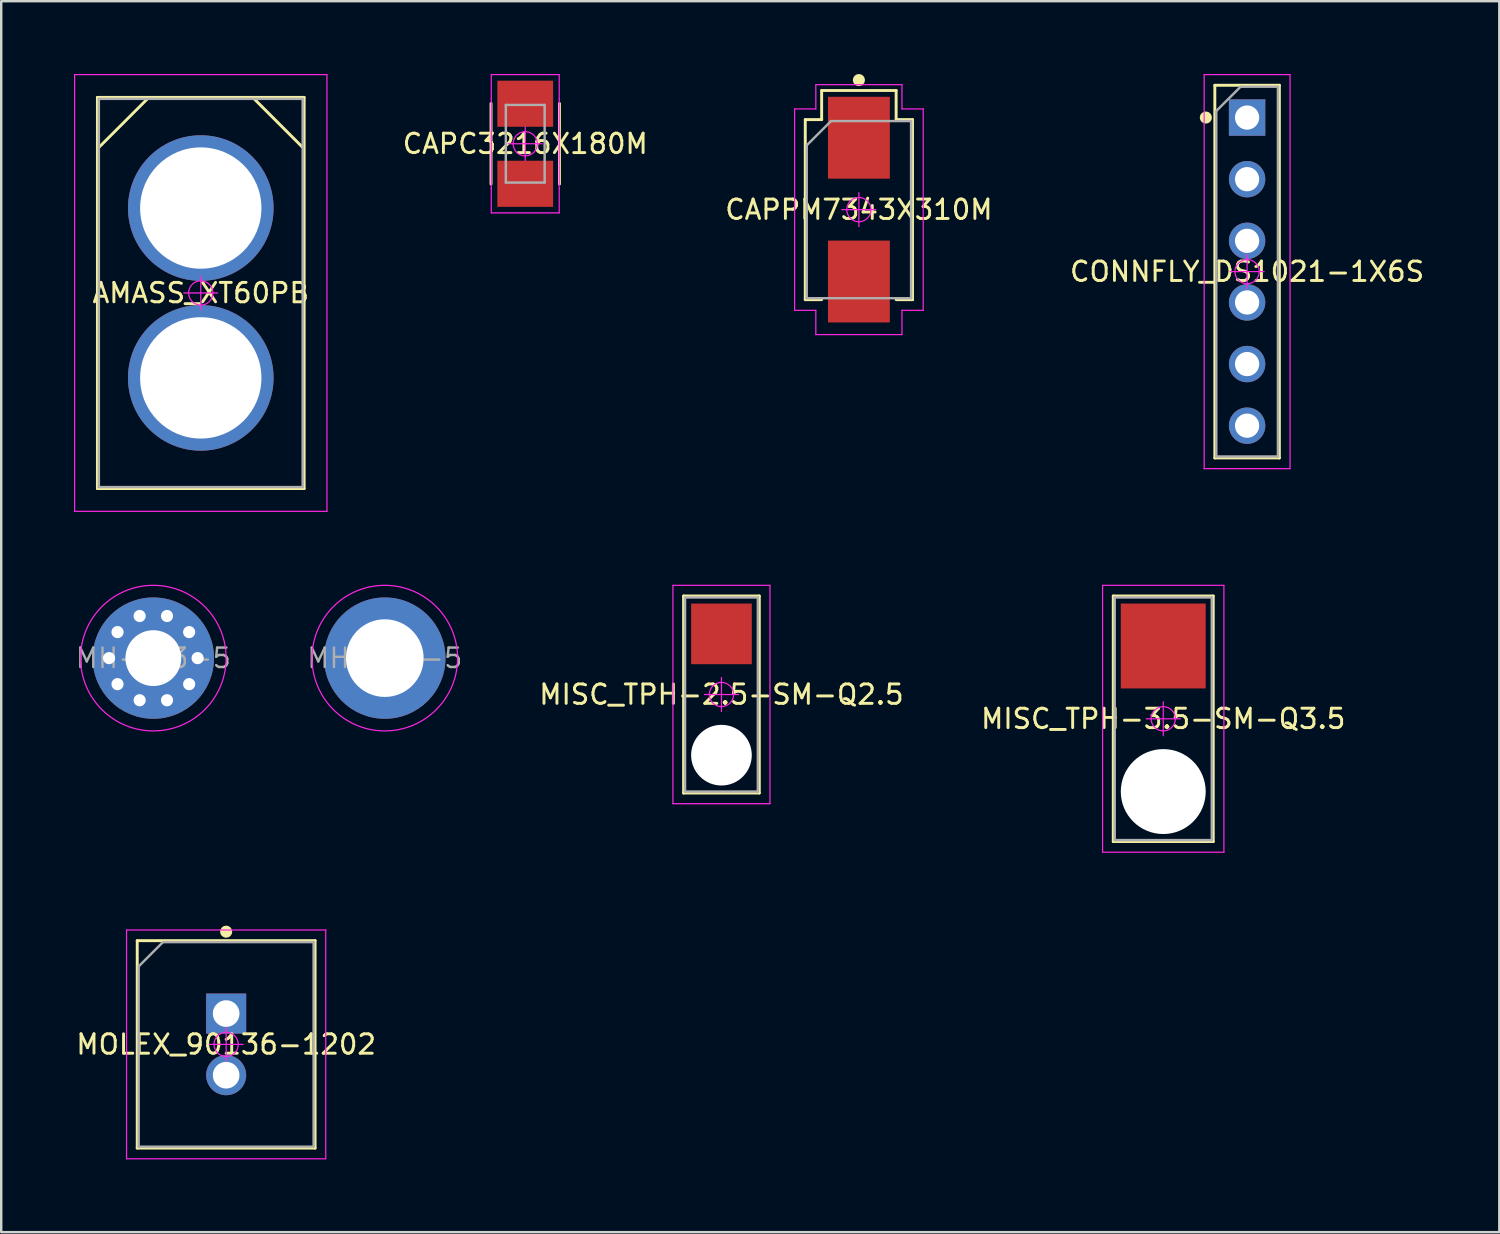
<source format=kicad_pcb>
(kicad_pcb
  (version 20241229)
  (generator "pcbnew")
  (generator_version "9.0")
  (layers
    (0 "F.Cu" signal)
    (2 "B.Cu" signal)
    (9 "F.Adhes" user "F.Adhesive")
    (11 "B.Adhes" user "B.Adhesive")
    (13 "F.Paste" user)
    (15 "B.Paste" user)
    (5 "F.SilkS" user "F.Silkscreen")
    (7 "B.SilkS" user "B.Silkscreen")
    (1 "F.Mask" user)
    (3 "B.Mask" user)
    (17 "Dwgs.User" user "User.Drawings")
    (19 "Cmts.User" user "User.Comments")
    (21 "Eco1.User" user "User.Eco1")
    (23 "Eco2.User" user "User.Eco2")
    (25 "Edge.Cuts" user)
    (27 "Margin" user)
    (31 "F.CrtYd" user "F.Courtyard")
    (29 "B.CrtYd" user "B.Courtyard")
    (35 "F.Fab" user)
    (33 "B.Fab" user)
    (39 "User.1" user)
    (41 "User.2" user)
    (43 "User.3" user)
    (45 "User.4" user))
  (footprint "MH-3.2-5"
    (layer "F.Cu")
    (at 12.81 24.075)
    (property "Reference" "MH-3.2-5" (at 0 0 0) (layer "F.Fab") (effects (font (size 0.8 0.8) (thickness 0.1))))
    (attr through_hole)
    (fp_line (start -0.7 0) (end 0.7 0) (stroke (width 0.05) (type solid)) (layer "F.CrtYd"))
    (fp_line (start 0 -0.7) (end 0 0.7) (stroke (width 0.05) (type solid)) (layer "F.CrtYd"))
    (fp_circle (center 0 0) (end 0 0.5) (stroke (width 0.05) (type solid)) (fill no) (layer "F.CrtYd"))
    (fp_circle (center 0 0) (end 0 3) (stroke (width 0.05) (type solid)) (fill no) (layer "F.CrtYd"))
    (pad "1" thru_hole circle (at 0 0) (size 5 5) (drill 3.2) (layers "*.Cu" "*.Paste" "*.Mask")))
  (footprint "MH-2.3-5"
    (layer "F.Cu")
    (at 3.27 24.075)
    (property "Reference" "MH-2.3-5" (at 0 0 0) (layer "F.Fab") (effects (font (size 0.8 0.8) (thickness 0.1))))
    (attr through_hole)
    (fp_line (start -0.7 0) (end 0.7 0) (stroke (width 0.05) (type solid)) (layer "F.CrtYd"))
    (fp_line (start 0 -0.7) (end 0 0.7) (stroke (width 0.05) (type solid)) (layer "F.CrtYd"))
    (fp_circle (center 0 0) (end 0 0.5) (stroke (width 0.05) (type solid)) (fill no) (layer "F.CrtYd"))
    (fp_circle (center 0 0) (end 0 3) (stroke (width 0.05) (type solid)) (fill no) (layer "F.CrtYd"))
    (pad "1" thru_hole circle (at -1.825 0) (size 0.7 0.7) (drill 0.5) (layers "*.Cu"))
    (pad "1" thru_hole circle (at -1.476 -1.073) (size 0.7 0.7) (drill 0.5) (layers "*.Cu"))
    (pad "1" thru_hole circle (at -1.476 1.073) (size 0.7 0.7) (drill 0.5) (layers "*.Cu"))
    (pad "1" thru_hole circle (at -0.564 -1.736) (size 0.7 0.7) (drill 0.5) (layers "*.Cu"))
    (pad "1" thru_hole circle (at -0.564 1.736) (size 0.7 0.7) (drill 0.5) (layers "*.Cu"))
    (pad "1" thru_hole circle (at 0 0) (size 5 5) (drill 2.3) (layers "*.Cu" "*.Paste" "*.Mask"))
    (pad "1" thru_hole circle (at 0.564 -1.736) (size 0.7 0.7) (drill 0.5) (layers "*.Cu"))
    (pad "1" thru_hole circle (at 0.564 1.736) (size 0.7 0.7) (drill 0.5) (layers "*.Cu"))
    (pad "1" thru_hole circle (at 1.476 -1.073) (size 0.7 0.7) (drill 0.5) (layers "*.Cu"))
    (pad "1" thru_hole circle (at 1.476 1.073) (size 0.7 0.7) (drill 0.5) (layers "*.Cu"))
    (pad "1" thru_hole circle (at 1.825 0) (size 0.7 0.7) (drill 0.5) (layers "*.Cu")))
  (footprint "MOLEX_90136-1202"
    (layer "F.Cu")
    (at 6.271 39.995)
    (property "Reference" "MOLEX_90136-1202" (at 0 0 0) (layer "F.SilkS") (effects (font (size 0.8 0.8) (thickness 0.12))))
    (attr through_hole)
    (fp_line (start -3.665 -4.275) (end 3.665 -4.275) (stroke (width 0.12) (type solid)) (layer "F.SilkS"))
    (fp_line (start -3.665 4.275) (end -3.665 -4.275) (stroke (width 0.12) (type solid)) (layer "F.SilkS"))
    (fp_line (start 3.665 -4.275) (end 3.665 4.275) (stroke (width 0.12) (type solid)) (layer "F.SilkS"))
    (fp_line (start 3.665 4.275) (end -3.665 4.275) (stroke (width 0.12) (type solid)) (layer "F.SilkS"))
    (fp_circle (center 0 -4.645) (end 0 -4.52) (stroke (width 0.25) (type solid)) (fill no) (layer "F.SilkS"))
    (fp_line (start -4.105 -4.715) (end 4.105 -4.715) (stroke (width 0.05) (type solid)) (layer "F.CrtYd"))
    (fp_line (start -4.105 4.715) (end -4.105 -4.715) (stroke (width 0.05) (type solid)) (layer "F.CrtYd"))
    (fp_line (start -0.7 0) (end 0.7 0) (stroke (width 0.05) (type solid)) (layer "F.CrtYd"))
    (fp_line (start 0 -0.7) (end 0 0.7) (stroke (width 0.05) (type solid)) (layer "F.CrtYd"))
    (fp_line (start 4.105 -4.715) (end 4.105 4.715) (stroke (width 0.05) (type solid)) (layer "F.CrtYd"))
    (fp_line (start 4.105 4.715) (end -4.105 4.715) (stroke (width 0.05) (type solid)) (layer "F.CrtYd"))
    (fp_circle (center 0 0) (end 0 0.5) (stroke (width 0.05) (type solid)) (fill no) (layer "F.CrtYd"))
    (fp_line (start -3.605 -3.215) (end -2.605 -4.215) (stroke (width 0.1) (type solid)) (layer "F.Fab"))
    (fp_line (start -3.605 4.215) (end -3.605 -3.215) (stroke (width 0.1) (type solid)) (layer "F.Fab"))
    (fp_line (start -2.605 -4.215) (end 3.605 -4.215) (stroke (width 0.1) (type solid)) (layer "F.Fab"))
    (fp_line (start 3.605 -4.215) (end 3.605 4.215) (stroke (width 0.1) (type solid)) (layer "F.Fab"))
    (fp_line (start 3.605 4.215) (end -3.605 4.215) (stroke (width 0.1) (type solid)) (layer "F.Fab"))
    (pad "1" thru_hole rect (at 0 -1.27) (size 1.65 1.65) (drill 1.1) (layers "*.Cu" "*.Paste" "*.Mask"))
    (pad "2" thru_hole circle (at 0 1.27) (size 1.65 1.65) (drill 1.1) (layers "*.Cu" "*.Paste" "*.Mask")))
  (footprint "MISC_TPH-2.5-SM-Q2.5"
    (layer "F.Cu")
    (at 26.685 25.575)
    (property "Reference" "MISC_TPH-2.5-SM-Q2.5" (at 0 0 0) (layer "F.SilkS") (effects (font (size 0.8 0.8) (thickness 0.12))))
    (attr through_hole)
    (fp_line (start -1.56 -4.06) (end 1.56 -4.06) (stroke (width 0.12) (type solid)) (layer "F.SilkS"))
    (fp_line (start -1.56 4.06) (end -1.56 -4.06) (stroke (width 0.12) (type solid)) (layer "F.SilkS"))
    (fp_line (start 1.56 -4.06) (end 1.56 4.06) (stroke (width 0.12) (type solid)) (layer "F.SilkS"))
    (fp_line (start 1.56 4.06) (end -1.56 4.06) (stroke (width 0.12) (type solid)) (layer "F.SilkS"))
    (fp_line (start -2 -4.5) (end 2 -4.5) (stroke (width 0.05) (type solid)) (layer "F.CrtYd"))
    (fp_line (start -2 4.5) (end -2 -4.5) (stroke (width 0.05) (type solid)) (layer "F.CrtYd"))
    (fp_line (start -0.7 0) (end 0.7 0) (stroke (width 0.05) (type solid)) (layer "F.CrtYd"))
    (fp_line (start 0 -0.7) (end 0 0.7) (stroke (width 0.05) (type solid)) (layer "F.CrtYd"))
    (fp_line (start 2 -4.5) (end 2 4.5) (stroke (width 0.05) (type solid)) (layer "F.CrtYd"))
    (fp_line (start 2 4.5) (end -2 4.5) (stroke (width 0.05) (type solid)) (layer "F.CrtYd"))
    (fp_circle (center 0 0) (end 0 0.5) (stroke (width 0.05) (type solid)) (fill no) (layer "F.CrtYd"))
    (fp_line (start -1.5 -4) (end 1.5 -4) (stroke (width 0.1) (type solid)) (layer "F.Fab"))
    (fp_line (start -1.5 4) (end -1.5 -4) (stroke (width 0.1) (type solid)) (layer "F.Fab"))
    (fp_line (start 1.5 -4) (end 1.5 4) (stroke (width 0.1) (type solid)) (layer "F.Fab"))
    (fp_line (start 1.5 4) (end -1.5 4) (stroke (width 0.1) (type solid)) (layer "F.Fab"))
    (pad "" np_thru_hole circle (at 0 2.5) (size 2.5 2.5) (drill 2.5) (layers "*.Cu" "*.Mask"))
    (pad "1" smd rect (at 0 -2.5) (size 2.5 2.5) (layers "F.Cu" "F.Mask" "F.Paste")))
  (footprint "CAPPM7343X310M"
    (layer "F.Cu")
    (at 32.35 5.59)
    (property "Reference" "CAPPM7343X310M" (at 0 0 0) (layer "F.SilkS") (effects (font (size 0.8 0.8) (thickness 0.12))))
    (attr smd)
    (fp_line (start -2.21 -3.71) (end -2.21 3.71) (stroke (width 0.12) (type solid)) (layer "F.SilkS"))
    (fp_line (start -1.535 -4.91) (end 1.535 -4.91) (stroke (width 0.12) (type solid)) (layer "F.SilkS"))
    (fp_line (start -1.535 -3.71) (end -2.21 -3.71) (stroke (width 0.12) (type solid)) (layer "F.SilkS"))
    (fp_line (start -1.535 -3.71) (end -1.535 -4.91) (stroke (width 0.12) (type solid)) (layer "F.SilkS"))
    (fp_line (start -1.535 3.71) (end -2.21 3.71) (stroke (width 0.12) (type solid)) (layer "F.SilkS"))
    (fp_line (start 1.535 -4.91) (end 1.535 -3.71) (stroke (width 0.12) (type solid)) (layer "F.SilkS"))
    (fp_line (start 1.535 -3.71) (end 2.21 -3.71) (stroke (width 0.12) (type solid)) (layer "F.SilkS"))
    (fp_line (start 1.535 3.71) (end 2.21 3.71) (stroke (width 0.12) (type solid)) (layer "F.SilkS"))
    (fp_line (start 2.21 -3.71) (end 2.21 3.71) (stroke (width 0.12) (type solid)) (layer "F.SilkS"))
    (fp_circle (center 0 -5.34) (end 0 -5.215) (stroke (width 0.25) (type solid)) (fill no) (layer "F.SilkS"))
    (fp_line (start -2.65 -4.15) (end -2.65 4.15) (stroke (width 0.05) (type solid)) (layer "F.CrtYd"))
    (fp_line (start -2.65 4.15) (end -1.775 4.15) (stroke (width 0.05) (type solid)) (layer "F.CrtYd"))
    (fp_line (start -1.775 -5.15) (end -1.775 -4.15) (stroke (width 0.05) (type solid)) (layer "F.CrtYd"))
    (fp_line (start -1.775 -4.15) (end -2.65 -4.15) (stroke (width 0.05) (type solid)) (layer "F.CrtYd"))
    (fp_line (start -1.775 4.15) (end -1.775 5.15) (stroke (width 0.05) (type solid)) (layer "F.CrtYd"))
    (fp_line (start -1.775 5.15) (end 1.775 5.15) (stroke (width 0.05) (type solid)) (layer "F.CrtYd"))
    (fp_line (start -0.7 0) (end 0.7 0) (stroke (width 0.05) (type solid)) (layer "F.CrtYd"))
    (fp_line (start 0 -0.7) (end 0 0.7) (stroke (width 0.05) (type solid)) (layer "F.CrtYd"))
    (fp_line (start 1.775 -5.15) (end -1.775 -5.15) (stroke (width 0.05) (type solid)) (layer "F.CrtYd"))
    (fp_line (start 1.775 -4.15) (end 1.775 -5.15) (stroke (width 0.05) (type solid)) (layer "F.CrtYd"))
    (fp_line (start 1.775 4.15) (end 2.65 4.15) (stroke (width 0.05) (type solid)) (layer "F.CrtYd"))
    (fp_line (start 1.775 5.15) (end 1.775 4.15) (stroke (width 0.05) (type solid)) (layer "F.CrtYd"))
    (fp_line (start 2.65 -4.15) (end 1.775 -4.15) (stroke (width 0.05) (type solid)) (layer "F.CrtYd"))
    (fp_line (start 2.65 4.15) (end 2.65 -4.15) (stroke (width 0.05) (type solid)) (layer "F.CrtYd"))
    (fp_circle (center 0 0) (end 0 0.5) (stroke (width 0.05) (type solid)) (fill no) (layer "F.CrtYd"))
    (fp_line (start -2.15 -2.65) (end -1.15 -3.65) (stroke (width 0.1) (type solid)) (layer "F.Fab"))
    (fp_line (start -2.15 3.65) (end -2.15 -2.65) (stroke (width 0.1) (type solid)) (layer "F.Fab"))
    (fp_line (start -1.15 -3.65) (end 2.15 -3.65) (stroke (width 0.1) (type solid)) (layer "F.Fab"))
    (fp_line (start 2.15 -3.65) (end 2.15 3.65) (stroke (width 0.1) (type solid)) (layer "F.Fab"))
    (fp_line (start 2.15 3.65) (end -2.15 3.65) (stroke (width 0.1) (type solid)) (layer "F.Fab"))
    (pad "1" smd rect (at 0 -2.963) (size 2.55 3.375) (layers "F.Cu" "F.Mask" "F.Paste"))
    (pad "2" smd rect (at 0 2.963) (size 2.55 3.375) (layers "F.Cu" "F.Mask" "F.Paste")))
  (footprint "MISC_TPH-3.5-SM-Q3.5"
    (layer "F.Cu")
    (at 44.894 26.575)
    (property "Reference" "MISC_TPH-3.5-SM-Q3.5" (at 0 0 0) (layer "F.SilkS") (effects (font (size 0.8 0.8) (thickness 0.12))))
    (attr through_hole)
    (fp_line (start -2.06 -5.06) (end 2.06 -5.06) (stroke (width 0.12) (type solid)) (layer "F.SilkS"))
    (fp_line (start -2.06 5.06) (end -2.06 -5.06) (stroke (width 0.12) (type solid)) (layer "F.SilkS"))
    (fp_line (start 2.06 -5.06) (end 2.06 5.06) (stroke (width 0.12) (type solid)) (layer "F.SilkS"))
    (fp_line (start 2.06 5.06) (end -2.06 5.06) (stroke (width 0.12) (type solid)) (layer "F.SilkS"))
    (fp_line (start -2.5 -5.5) (end 2.5 -5.5) (stroke (width 0.05) (type solid)) (layer "F.CrtYd"))
    (fp_line (start -2.5 5.5) (end -2.5 -5.5) (stroke (width 0.05) (type solid)) (layer "F.CrtYd"))
    (fp_line (start -0.7 0) (end 0.7 0) (stroke (width 0.05) (type solid)) (layer "F.CrtYd"))
    (fp_line (start 0 -0.7) (end 0 0.7) (stroke (width 0.05) (type solid)) (layer "F.CrtYd"))
    (fp_line (start 2.5 -5.5) (end 2.5 5.5) (stroke (width 0.05) (type solid)) (layer "F.CrtYd"))
    (fp_line (start 2.5 5.5) (end -2.5 5.5) (stroke (width 0.05) (type solid)) (layer "F.CrtYd"))
    (fp_circle (center 0 0) (end 0 0.5) (stroke (width 0.05) (type solid)) (fill no) (layer "F.CrtYd"))
    (fp_line (start -2 -5) (end 2 -5) (stroke (width 0.1) (type solid)) (layer "F.Fab"))
    (fp_line (start -2 5) (end -2 -5) (stroke (width 0.1) (type solid)) (layer "F.Fab"))
    (fp_line (start 2 -5) (end 2 5) (stroke (width 0.1) (type solid)) (layer "F.Fab"))
    (fp_line (start 2 5) (end -2 5) (stroke (width 0.1) (type solid)) (layer "F.Fab"))
    (pad "" np_thru_hole circle (at 0 3) (size 3.5 3.5) (drill 3.5) (layers "*.Cu" "*.Mask"))
    (pad "1" smd rect (at 0 -3) (size 3.5 3.5) (layers "F.Cu" "F.Mask" "F.Paste")))
  (footprint "CAPC3216X180M"
    (layer "F.Cu")
    (at 18.598 2.875)
    (property "Reference" "CAPC3216X180M" (at 0 0 0) (layer "F.SilkS") (effects (font (size 0.8 0.8) (thickness 0.12))))
    (attr smd)
    (fp_line (start -1.41 -1.66) (end -1.41 1.66) (stroke (width 0.12) (type solid)) (layer "F.SilkS"))
    (fp_line (start 1.41 -1.66) (end 1.41 1.66) (stroke (width 0.12) (type solid)) (layer "F.SilkS"))
    (fp_line (start -1.4 -2.85) (end -1.4 -1.85) (stroke (width 0.05) (type solid)) (layer "F.CrtYd"))
    (fp_line (start -1.4 -1.85) (end -1.4 1.85) (stroke (width 0.05) (type solid)) (layer "F.CrtYd"))
    (fp_line (start -1.4 1.85) (end -1.4 2.85) (stroke (width 0.05) (type solid)) (layer "F.CrtYd"))
    (fp_line (start -1.4 2.85) (end 1.4 2.85) (stroke (width 0.05) (type solid)) (layer "F.CrtYd"))
    (fp_line (start -0.7 0) (end 0.7 0) (stroke (width 0.05) (type solid)) (layer "F.CrtYd"))
    (fp_line (start 0 -0.7) (end 0 0.7) (stroke (width 0.05) (type solid)) (layer "F.CrtYd"))
    (fp_line (start 1.4 -2.85) (end -1.4 -2.85) (stroke (width 0.05) (type solid)) (layer "F.CrtYd"))
    (fp_line (start 1.4 -1.85) (end 1.4 -2.85) (stroke (width 0.05) (type solid)) (layer "F.CrtYd"))
    (fp_line (start 1.4 1.85) (end 1.4 -1.85) (stroke (width 0.05) (type solid)) (layer "F.CrtYd"))
    (fp_line (start 1.4 2.85) (end 1.4 1.85) (stroke (width 0.05) (type solid)) (layer "F.CrtYd"))
    (fp_circle (center 0 0) (end 0 0.5) (stroke (width 0.05) (type solid)) (fill no) (layer "F.CrtYd"))
    (fp_line (start -0.8 -1.6) (end 0.8 -1.6) (stroke (width 0.1) (type solid)) (layer "F.Fab"))
    (fp_line (start -0.8 1.6) (end -0.8 -1.6) (stroke (width 0.1) (type solid)) (layer "F.Fab"))
    (fp_line (start 0.8 -1.6) (end 0.8 1.6) (stroke (width 0.1) (type solid)) (layer "F.Fab"))
    (fp_line (start 0.8 1.6) (end -0.8 1.6) (stroke (width 0.1) (type solid)) (layer "F.Fab"))
    (pad "1" smd rect (at 0 -1.65) (size 2.3 1.9) (layers "F.Cu" "F.Mask" "F.Paste"))
    (pad "2" smd rect (at 0 1.65) (size 2.3 1.9) (layers "F.Cu" "F.Mask" "F.Paste")))
  (footprint "AMASS_XT60PB"
    (layer "F.Cu")
    (at 5.225 9.025)
    (property "Reference" "AMASS_XT60PB" (at 0 0 0) (layer "F.SilkS") (effects (font (size 0.8 0.8) (thickness 0.12))))
    (attr through_hole)
    (fp_line (start -4.26 -8.06) (end 4.26 -8.06) (stroke (width 0.12) (type solid)) (layer "F.SilkS"))
    (fp_line (start -4.26 8.06) (end -4.26 -8.06) (stroke (width 0.12) (type solid)) (layer "F.SilkS"))
    (fp_line (start -4.2 -6) (end -2.2 -8) (stroke (width 0.12) (type solid)) (layer "F.SilkS"))
    (fp_line (start 4.2 -6) (end 2.2 -8) (stroke (width 0.12) (type solid)) (layer "F.SilkS"))
    (fp_line (start 4.26 -8.06) (end 4.26 8.06) (stroke (width 0.12) (type solid)) (layer "F.SilkS"))
    (fp_line (start 4.26 8.06) (end -4.26 8.06) (stroke (width 0.12) (type solid)) (layer "F.SilkS"))
    (fp_line (start -5.2 -9) (end 5.2 -9) (stroke (width 0.05) (type solid)) (layer "F.CrtYd"))
    (fp_line (start -5.2 9) (end -5.2 -9) (stroke (width 0.05) (type solid)) (layer "F.CrtYd"))
    (fp_line (start -0.7 0) (end 0.7 0) (stroke (width 0.05) (type solid)) (layer "F.CrtYd"))
    (fp_line (start 0 -0.7) (end 0 0.7) (stroke (width 0.05) (type solid)) (layer "F.CrtYd"))
    (fp_line (start 5.2 -9) (end 5.2 9) (stroke (width 0.05) (type solid)) (layer "F.CrtYd"))
    (fp_line (start 5.2 9) (end -5.2 9) (stroke (width 0.05) (type solid)) (layer "F.CrtYd"))
    (fp_circle (center 0 0) (end 0 0.5) (stroke (width 0.05) (type solid)) (fill no) (layer "F.CrtYd"))
    (fp_line (start -4.2 -8) (end 4.2 -8) (stroke (width 0.1) (type solid)) (layer "F.Fab"))
    (fp_line (start -4.2 8) (end -4.2 -8) (stroke (width 0.1) (type solid)) (layer "F.Fab"))
    (fp_line (start 4.2 -8) (end 4.2 8) (stroke (width 0.1) (type solid)) (layer "F.Fab"))
    (fp_line (start 4.2 8) (end -4.2 8) (stroke (width 0.1) (type solid)) (layer "F.Fab"))
    (pad "1" thru_hole circle (at 0 -3.5) (size 6 6) (drill 5) (layers "*.Cu" "*.Paste" "*.Mask"))
    (pad "2" thru_hole circle (at 0 3.5) (size 6 6) (drill 5) (layers "*.Cu" "*.Paste" "*.Mask")))
  (footprint "CONNFLY_DS1021-1X6S"
    (layer "F.Cu")
    (at 48.35 8.145)
    (property "Reference" "CONNFLY_DS1021-1X6S" (at 0 0 0) (layer "F.SilkS") (effects (font (size 0.8 0.8) (thickness 0.12))))
    (attr through_hole)
    (fp_line (start -1.33 -7.68) (end 1.33 -7.68) (stroke (width 0.12) (type solid)) (layer "F.SilkS"))
    (fp_line (start -1.33 7.68) (end -1.33 -7.68) (stroke (width 0.12) (type solid)) (layer "F.SilkS"))
    (fp_line (start 1.33 -7.68) (end 1.33 7.68) (stroke (width 0.12) (type solid)) (layer "F.SilkS"))
    (fp_line (start 1.33 7.68) (end -1.33 7.68) (stroke (width 0.12) (type solid)) (layer "F.SilkS"))
    (fp_circle (center -1.7 -6.35) (end -1.7 -6.225) (stroke (width 0.25) (type solid)) (fill no) (layer "F.SilkS"))
    (fp_line (start -1.77 -8.12) (end 1.77 -8.12) (stroke (width 0.05) (type solid)) (layer "F.CrtYd"))
    (fp_line (start -1.77 8.12) (end -1.77 -8.12) (stroke (width 0.05) (type solid)) (layer "F.CrtYd"))
    (fp_line (start -0.7 0) (end 0.7 0) (stroke (width 0.05) (type solid)) (layer "F.CrtYd"))
    (fp_line (start 0 -0.7) (end 0 0.7) (stroke (width 0.05) (type solid)) (layer "F.CrtYd"))
    (fp_line (start 1.77 -8.12) (end 1.77 8.12) (stroke (width 0.05) (type solid)) (layer "F.CrtYd"))
    (fp_line (start 1.77 8.12) (end -1.77 8.12) (stroke (width 0.05) (type solid)) (layer "F.CrtYd"))
    (fp_circle (center 0 0) (end 0 0.5) (stroke (width 0.05) (type solid)) (fill no) (layer "F.CrtYd"))
    (fp_line (start -1.27 -6.62) (end -0.27 -7.62) (stroke (width 0.1) (type solid)) (layer "F.Fab"))
    (fp_line (start -1.27 7.62) (end -1.27 -6.62) (stroke (width 0.1) (type solid)) (layer "F.Fab"))
    (fp_line (start -0.27 -7.62) (end 1.27 -7.62) (stroke (width 0.1) (type solid)) (layer "F.Fab"))
    (fp_line (start 1.27 -7.62) (end 1.27 7.62) (stroke (width 0.1) (type solid)) (layer "F.Fab"))
    (fp_line (start 1.27 7.62) (end -1.27 7.62) (stroke (width 0.1) (type solid)) (layer "F.Fab"))
    (pad "1" thru_hole rect (at 0 -6.35) (size 1.5 1.5) (drill 1) (layers "*.Cu" "*.Paste" "*.Mask"))
    (pad "2" thru_hole circle (at 0 -3.81) (size 1.5 1.5) (drill 1) (layers "*.Cu" "*.Paste" "*.Mask"))
    (pad "3" thru_hole circle (at 0 -1.27) (size 1.5 1.5) (drill 1) (layers "*.Cu" "*.Paste" "*.Mask"))
    (pad "4" thru_hole circle (at 0 1.27) (size 1.5 1.5) (drill 1) (layers "*.Cu" "*.Paste" "*.Mask"))
    (pad "5" thru_hole circle (at 0 3.81) (size 1.5 1.5) (drill 1) (layers "*.Cu" "*.Paste" "*.Mask"))
    (pad "6" thru_hole circle (at 0 6.35) (size 1.5 1.5) (drill 1) (layers "*.Cu" "*.Paste" "*.Mask")))
  (gr_rect
    (start -3 -3)
    (end 58.745 47.735)
    (stroke (width 0.1) (type default))
    (fill no)
    (layer "Edge.Cuts")))
</source>
